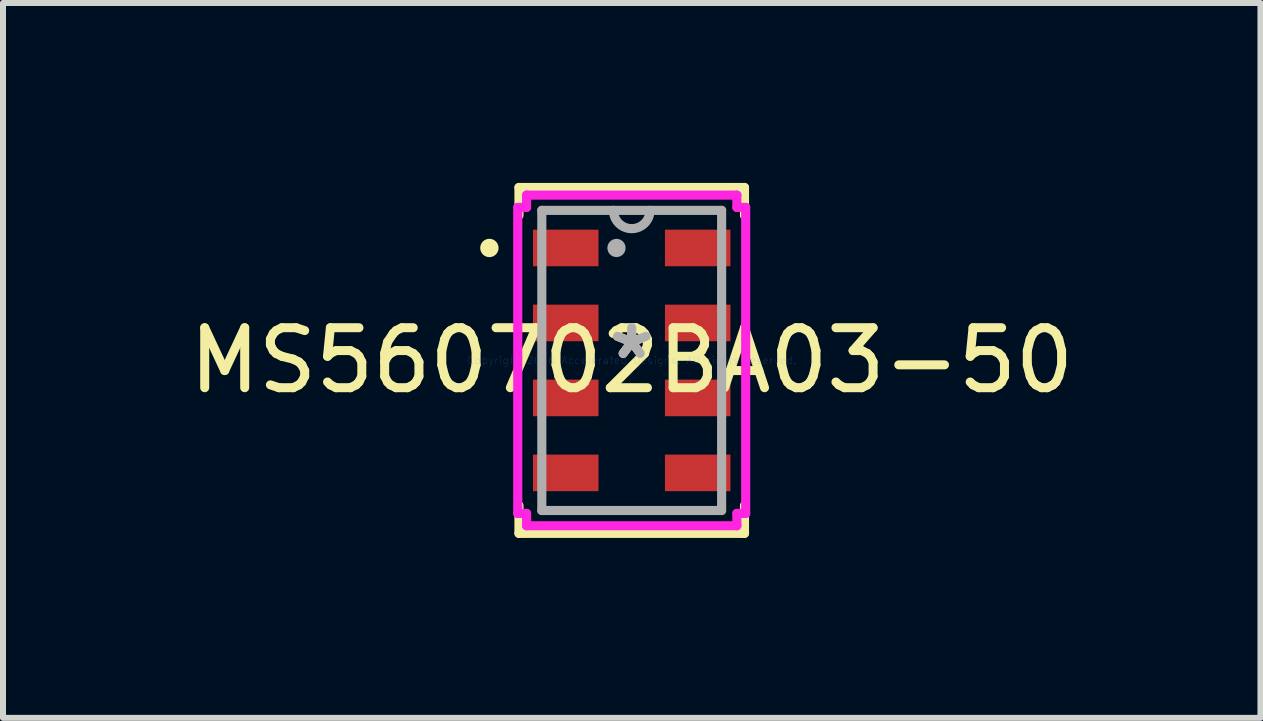
<source format=kicad_pcb>
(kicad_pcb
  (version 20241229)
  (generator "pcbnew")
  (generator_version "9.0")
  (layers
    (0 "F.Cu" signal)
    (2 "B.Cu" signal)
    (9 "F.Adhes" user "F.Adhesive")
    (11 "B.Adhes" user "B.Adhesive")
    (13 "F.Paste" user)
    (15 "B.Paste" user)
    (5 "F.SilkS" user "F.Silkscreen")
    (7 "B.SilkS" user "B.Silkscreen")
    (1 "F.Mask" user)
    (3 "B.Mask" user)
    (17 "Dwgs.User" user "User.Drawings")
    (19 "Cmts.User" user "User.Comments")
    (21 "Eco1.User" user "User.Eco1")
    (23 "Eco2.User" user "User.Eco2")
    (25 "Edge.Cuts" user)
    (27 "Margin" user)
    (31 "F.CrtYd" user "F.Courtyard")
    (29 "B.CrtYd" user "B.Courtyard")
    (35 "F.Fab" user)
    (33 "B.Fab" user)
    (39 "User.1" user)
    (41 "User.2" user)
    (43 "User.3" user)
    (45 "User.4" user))
  (footprint "MS560702BA03-50"
    (layer "F.Cu")
    (at 7.482 2.959)
    (property "Reference" "MS560702BA03-50" (at 0 0 0) (layer "F.SilkS") (effects (font (size 1 1) (thickness 0.15))))
    (attr through_hole)
    (fp_line (start -1.646 -2.18) (end -1.646 -1.57) (stroke (width 0.152) (type solid)) (layer "F.Mask"))
    (fp_line (start -1.646 -1.57) (end -0.554 -1.57) (stroke (width 0.152) (type solid)) (layer "F.Mask"))
    (fp_line (start -1.646 -0.93) (end -1.646 -0.32) (stroke (width 0.152) (type solid)) (layer "F.Mask"))
    (fp_line (start -1.646 -0.32) (end -0.554 -0.32) (stroke (width 0.152) (type solid)) (layer "F.Mask"))
    (fp_line (start -1.646 0.32) (end -1.646 0.93) (stroke (width 0.152) (type solid)) (layer "F.Mask"))
    (fp_line (start -1.646 0.93) (end -0.554 0.93) (stroke (width 0.152) (type solid)) (layer "F.Mask"))
    (fp_line (start -1.646 1.57) (end -1.646 2.18) (stroke (width 0.152) (type solid)) (layer "F.Mask"))
    (fp_line (start -1.646 2.18) (end -0.554 2.18) (stroke (width 0.152) (type solid)) (layer "F.Mask"))
    (fp_line (start -0.554 -2.18) (end -1.646 -2.18) (stroke (width 0.152) (type solid)) (layer "F.Mask"))
    (fp_line (start -0.554 -1.57) (end -0.554 -2.18) (stroke (width 0.152) (type solid)) (layer "F.Mask"))
    (fp_line (start -0.554 -0.93) (end -1.646 -0.93) (stroke (width 0.152) (type solid)) (layer "F.Mask"))
    (fp_line (start -0.554 -0.32) (end -0.554 -0.93) (stroke (width 0.152) (type solid)) (layer "F.Mask"))
    (fp_line (start -0.554 0.32) (end -1.646 0.32) (stroke (width 0.152) (type solid)) (layer "F.Mask"))
    (fp_line (start -0.554 0.93) (end -0.554 0.32) (stroke (width 0.152) (type solid)) (layer "F.Mask"))
    (fp_line (start -0.554 1.57) (end -1.646 1.57) (stroke (width 0.152) (type solid)) (layer "F.Mask"))
    (fp_line (start -0.554 2.18) (end -0.554 1.57) (stroke (width 0.152) (type solid)) (layer "F.Mask"))
    (fp_line (start 0.554 -2.18) (end 0.554 -1.57) (stroke (width 0.152) (type solid)) (layer "F.Mask"))
    (fp_line (start 0.554 -1.57) (end 1.646 -1.57) (stroke (width 0.152) (type solid)) (layer "F.Mask"))
    (fp_line (start 0.554 -0.93) (end 0.554 -0.32) (stroke (width 0.152) (type solid)) (layer "F.Mask"))
    (fp_line (start 0.554 -0.32) (end 1.646 -0.32) (stroke (width 0.152) (type solid)) (layer "F.Mask"))
    (fp_line (start 0.554 0.32) (end 0.554 0.93) (stroke (width 0.152) (type solid)) (layer "F.Mask"))
    (fp_line (start 0.554 0.93) (end 1.646 0.93) (stroke (width 0.152) (type solid)) (layer "F.Mask"))
    (fp_line (start 0.554 1.57) (end 0.554 2.18) (stroke (width 0.152) (type solid)) (layer "F.Mask"))
    (fp_line (start 0.554 2.18) (end 1.646 2.18) (stroke (width 0.152) (type solid)) (layer "F.Mask"))
    (fp_line (start 1.646 -2.18) (end 0.554 -2.18) (stroke (width 0.152) (type solid)) (layer "F.Mask"))
    (fp_line (start 1.646 -1.57) (end 1.646 -2.18) (stroke (width 0.152) (type solid)) (layer "F.Mask"))
    (fp_line (start 1.646 -0.93) (end 0.554 -0.93) (stroke (width 0.152) (type solid)) (layer "F.Mask"))
    (fp_line (start 1.646 -0.32) (end 1.646 -0.93) (stroke (width 0.152) (type solid)) (layer "F.Mask"))
    (fp_line (start 1.646 0.32) (end 0.554 0.32) (stroke (width 0.152) (type solid)) (layer "F.Mask"))
    (fp_line (start 1.646 0.93) (end 1.646 0.32) (stroke (width 0.152) (type solid)) (layer "F.Mask"))
    (fp_line (start 1.646 1.57) (end 0.554 1.57) (stroke (width 0.152) (type solid)) (layer "F.Mask"))
    (fp_line (start 1.646 2.18) (end 1.646 1.57) (stroke (width 0.152) (type solid)) (layer "F.Mask"))
    (fp_line (start -1.88 -2.883) (end -1.88 -2.417) (stroke (width 0.152) (type solid)) (layer "F.SilkS"))
    (fp_line (start -1.88 2.417) (end -1.88 2.883) (stroke (width 0.152) (type solid)) (layer "F.SilkS"))
    (fp_line (start -1.88 2.883) (end 1.88 2.883) (stroke (width 0.152) (type solid)) (layer "F.SilkS"))
    (fp_line (start 1.88 -2.883) (end -1.88 -2.883) (stroke (width 0.152) (type solid)) (layer "F.SilkS"))
    (fp_line (start 1.88 -2.417) (end 1.88 -2.883) (stroke (width 0.152) (type solid)) (layer "F.SilkS"))
    (fp_line (start 1.88 2.883) (end 1.88 2.417) (stroke (width 0.152) (type solid)) (layer "F.SilkS"))
    (fp_circle (center -2.373 -1.875) (end -2.296 -1.875) (stroke (width 0.152) (type solid)) (fill no) (layer "F.SilkS"))
    (fp_line (start -1.646 -2.18) (end -1.646 -1.57) (stroke (width 0.152) (type solid)) (layer "F.Paste"))
    (fp_line (start -1.646 -1.57) (end -0.554 -1.57) (stroke (width 0.152) (type solid)) (layer "F.Paste"))
    (fp_line (start -1.646 -0.93) (end -1.646 -0.32) (stroke (width 0.152) (type solid)) (layer "F.Paste"))
    (fp_line (start -1.646 -0.32) (end -0.554 -0.32) (stroke (width 0.152) (type solid)) (layer "F.Paste"))
    (fp_line (start -1.646 0.32) (end -1.646 0.93) (stroke (width 0.152) (type solid)) (layer "F.Paste"))
    (fp_line (start -1.646 0.93) (end -0.554 0.93) (stroke (width 0.152) (type solid)) (layer "F.Paste"))
    (fp_line (start -1.646 1.57) (end -1.646 2.18) (stroke (width 0.152) (type solid)) (layer "F.Paste"))
    (fp_line (start -1.646 2.18) (end -0.554 2.18) (stroke (width 0.152) (type solid)) (layer "F.Paste"))
    (fp_line (start -0.554 -2.18) (end -1.646 -2.18) (stroke (width 0.152) (type solid)) (layer "F.Paste"))
    (fp_line (start -0.554 -1.57) (end -0.554 -2.18) (stroke (width 0.152) (type solid)) (layer "F.Paste"))
    (fp_line (start -0.554 -0.93) (end -1.646 -0.93) (stroke (width 0.152) (type solid)) (layer "F.Paste"))
    (fp_line (start -0.554 -0.32) (end -0.554 -0.93) (stroke (width 0.152) (type solid)) (layer "F.Paste"))
    (fp_line (start -0.554 0.32) (end -1.646 0.32) (stroke (width 0.152) (type solid)) (layer "F.Paste"))
    (fp_line (start -0.554 0.93) (end -0.554 0.32) (stroke (width 0.152) (type solid)) (layer "F.Paste"))
    (fp_line (start -0.554 1.57) (end -1.646 1.57) (stroke (width 0.152) (type solid)) (layer "F.Paste"))
    (fp_line (start -0.554 2.18) (end -0.554 1.57) (stroke (width 0.152) (type solid)) (layer "F.Paste"))
    (fp_line (start 0.554 -2.18) (end 0.554 -1.57) (stroke (width 0.152) (type solid)) (layer "F.Paste"))
    (fp_line (start 0.554 -1.57) (end 1.646 -1.57) (stroke (width 0.152) (type solid)) (layer "F.Paste"))
    (fp_line (start 0.554 -0.93) (end 0.554 -0.32) (stroke (width 0.152) (type solid)) (layer "F.Paste"))
    (fp_line (start 0.554 -0.32) (end 1.646 -0.32) (stroke (width 0.152) (type solid)) (layer "F.Paste"))
    (fp_line (start 0.554 0.32) (end 0.554 0.93) (stroke (width 0.152) (type solid)) (layer "F.Paste"))
    (fp_line (start 0.554 0.93) (end 1.646 0.93) (stroke (width 0.152) (type solid)) (layer "F.Paste"))
    (fp_line (start 0.554 1.57) (end 0.554 2.18) (stroke (width 0.152) (type solid)) (layer "F.Paste"))
    (fp_line (start 0.554 2.18) (end 1.646 2.18) (stroke (width 0.152) (type solid)) (layer "F.Paste"))
    (fp_line (start 1.646 -2.18) (end 0.554 -2.18) (stroke (width 0.152) (type solid)) (layer "F.Paste"))
    (fp_line (start 1.646 -1.57) (end 1.646 -2.18) (stroke (width 0.152) (type solid)) (layer "F.Paste"))
    (fp_line (start 1.646 -0.93) (end 0.554 -0.93) (stroke (width 0.152) (type solid)) (layer "F.Paste"))
    (fp_line (start 1.646 -0.32) (end 1.646 -0.93) (stroke (width 0.152) (type solid)) (layer "F.Paste"))
    (fp_line (start 1.646 0.32) (end 0.554 0.32) (stroke (width 0.152) (type solid)) (layer "F.Paste"))
    (fp_line (start 1.646 0.93) (end 1.646 0.32) (stroke (width 0.152) (type solid)) (layer "F.Paste"))
    (fp_line (start 1.646 1.57) (end 0.554 1.57) (stroke (width 0.152) (type solid)) (layer "F.Paste"))
    (fp_line (start 1.646 2.18) (end 1.646 1.57) (stroke (width 0.152) (type solid)) (layer "F.Paste"))
    (fp_line (start -1.9 -2.551) (end -1.753 -2.551) (stroke (width 0.152) (type solid)) (layer "F.CrtYd"))
    (fp_line (start -1.9 2.551) (end -1.9 -2.551) (stroke (width 0.152) (type solid)) (layer "F.CrtYd"))
    (fp_line (start -1.753 -2.756) (end 1.753 -2.756) (stroke (width 0.152) (type solid)) (layer "F.CrtYd"))
    (fp_line (start -1.753 -2.551) (end -1.753 -2.756) (stroke (width 0.152) (type solid)) (layer "F.CrtYd"))
    (fp_line (start -1.753 2.551) (end -1.9 2.551) (stroke (width 0.152) (type solid)) (layer "F.CrtYd"))
    (fp_line (start -1.753 2.756) (end -1.753 2.551) (stroke (width 0.152) (type solid)) (layer "F.CrtYd"))
    (fp_line (start 1.753 -2.756) (end 1.753 -2.551) (stroke (width 0.152) (type solid)) (layer "F.CrtYd"))
    (fp_line (start 1.753 -2.551) (end 1.9 -2.551) (stroke (width 0.152) (type solid)) (layer "F.CrtYd"))
    (fp_line (start 1.753 2.551) (end 1.753 2.756) (stroke (width 0.152) (type solid)) (layer "F.CrtYd"))
    (fp_line (start 1.753 2.756) (end -1.753 2.756) (stroke (width 0.152) (type solid)) (layer "F.CrtYd"))
    (fp_line (start 1.9 -2.551) (end 1.9 2.551) (stroke (width 0.152) (type solid)) (layer "F.CrtYd"))
    (fp_line (start 1.9 2.551) (end 1.753 2.551) (stroke (width 0.152) (type solid)) (layer "F.CrtYd"))
    (fp_line (start -1.499 -2.502) (end -1.499 2.502) (stroke (width 0.152) (type solid)) (layer "F.Fab"))
    (fp_line (start -1.499 2.502) (end 1.499 2.502) (stroke (width 0.152) (type solid)) (layer "F.Fab"))
    (fp_line (start 1.499 -2.502) (end -1.499 -2.502) (stroke (width 0.152) (type solid)) (layer "F.Fab"))
    (fp_line (start 1.499 2.502) (end 1.499 -2.502) (stroke (width 0.152) (type solid)) (layer "F.Fab"))
    (fp_arc (start 0.3048 -2.5019) (mid 0 -2.1971) (end -0.3048 -2.5019) (stroke (width 0.1524) (type solid)) (layer "F.Fab"))
    (fp_circle (center -0.254 -1.875) (end -0.178 -1.875) (stroke (width 0.152) (type solid)) (fill no) (layer "F.Fab"))
    (fp_text user "*" (at 0 0 0) (layer "F.SilkS") (effects (font (size 1 1) (thickness 0.15))))
    (fp_text user "Copyright 2016 Accelerated Designs. All rights reserved." (at 0 0 0) (layer "Cmts.User") (effects (font (size 0.127 0.127) (thickness 0.002))))
    (fp_text user "*" (at 0 0 0) (layer "F.Fab") (effects (font (size 1 1) (thickness 0.15))))
    (pad "1" smd rect (at -1.1 -1.875) (size 1.092 0.61) (layers "F.Cu" "F.Mask" "F.Paste"))
    (pad "2" smd rect (at -1.1 -0.625) (size 1.092 0.61) (layers "F.Cu" "F.Mask" "F.Paste"))
    (pad "3" smd rect (at -1.1 0.625) (size 1.092 0.61) (layers "F.Cu" "F.Mask" "F.Paste"))
    (pad "4" smd rect (at -1.1 1.875) (size 1.092 0.61) (layers "F.Cu" "F.Mask" "F.Paste"))
    (pad "5" smd rect (at 1.1 1.875) (size 1.092 0.61) (layers "F.Cu" "F.Mask" "F.Paste"))
    (pad "6" smd rect (at 1.1 0.625) (size 1.092 0.61) (layers "F.Cu" "F.Mask" "F.Paste"))
    (pad "7" smd rect (at 1.1 -0.625) (size 1.092 0.61) (layers "F.Cu" "F.Mask" "F.Paste"))
    (pad "8" smd rect (at 1.1 -1.875) (size 1.092 0.61) (layers "F.Cu" "F.Mask" "F.Paste")))
  (gr_rect
    (start -3 -3)
    (end 17.964 8.918)
    (stroke (width 0.1) (type default))
    (fill no)
    (layer "Edge.Cuts")))
</source>
